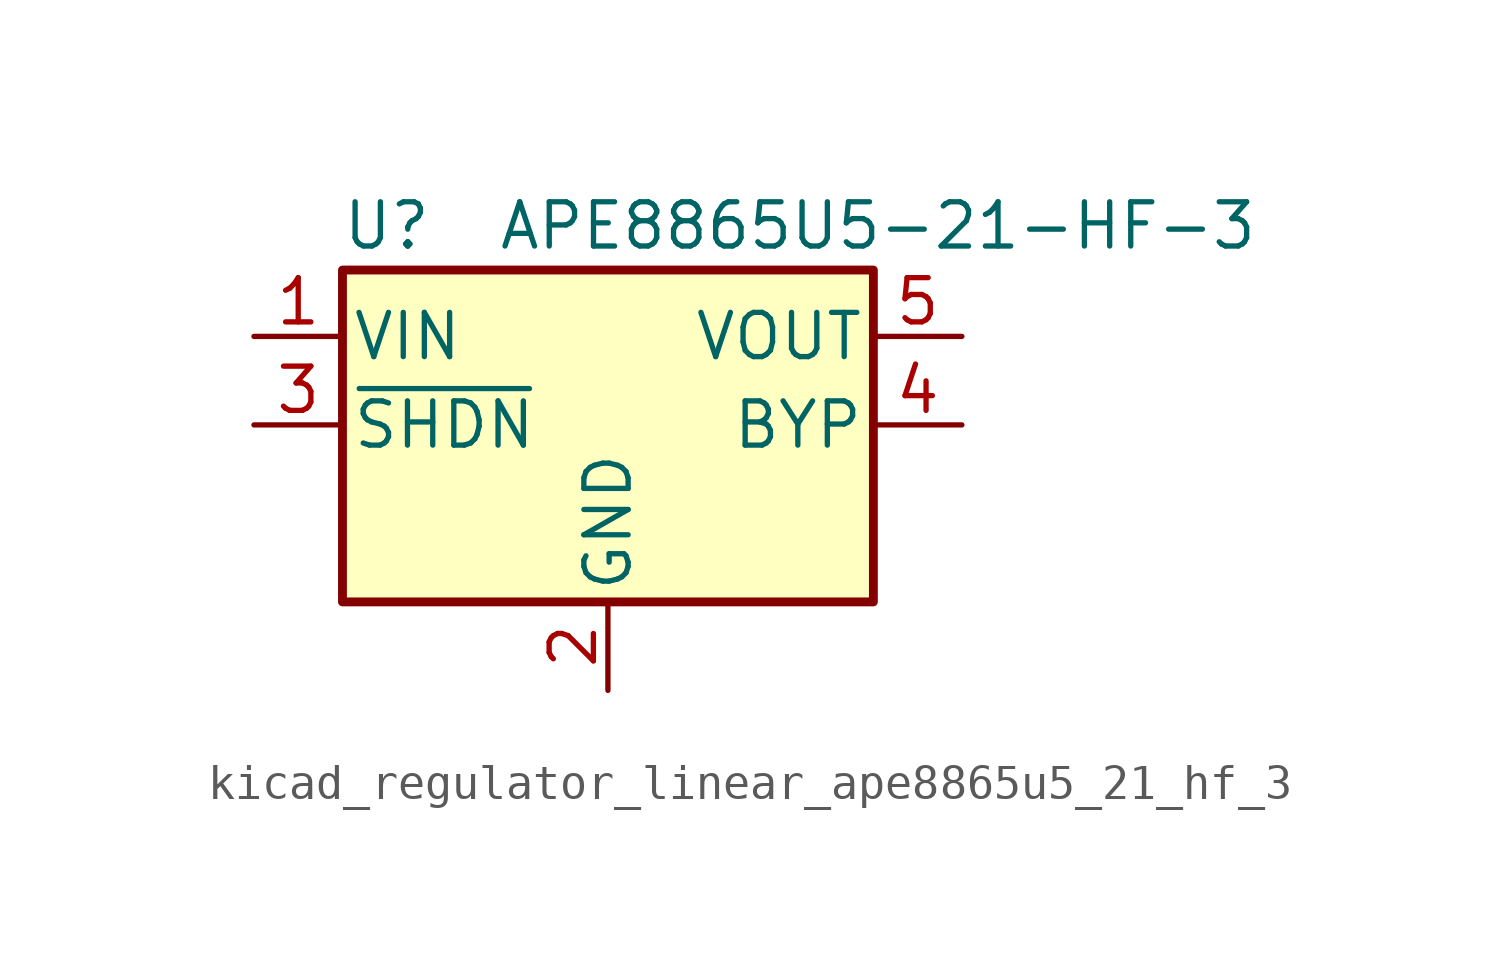
<source format=kicad_sym>
(kicad_symbol_lib
  (version 20220914)
  (generator kicad_symbol_editor)
  (symbol "kicad_regulator_linear_ape8865u5_21_hf_3"
    (pin_names
      (offset 0.254))
    (property "Reference" "U"
      (at -6.35 5.715 0)
      (effects (font (size 1.27 1.27))))
    (property "Value" "APE8865U5-21-HF-3"
      (at -3.175 5.715 0)
      (effects (font (size 1.27 1.27)) (justify left)))
    (symbol "kicad_regulator_linear_ape8865u5_21_hf_3_0_1"
      (rectangle (start -7.62 4.445) (end 7.62 -5.08) (stroke (width 0.254) (type default)) (fill (type background))))
    (symbol "kicad_regulator_linear_ape8865u5_21_hf_3_1_1"
      (pin power_in line (at -10.16 2.54 0) (length 2.54) (name "VIN" (effects (font (size 1.27 1.27)))) (number "1" (effects (font (size 1.27 1.27)))))
      (pin power_in line (at 0 -7.62 90) (length 2.54) (name "GND" (effects (font (size 1.27 1.27)))) (number "2" (effects (font (size 1.27 1.27)))))
      (pin input line (at -10.16 0 0) (length 2.54) (name "~{SHDN}" (effects (font (size 1.27 1.27)))) (number "3" (effects (font (size 1.27 1.27)))))
      (pin input line (at 10.16 0 180) (length 2.54) (name "BYP" (effects (font (size 1.27 1.27)))) (number "4" (effects (font (size 1.27 1.27)))))
      (pin power_out line (at 10.16 2.54 180) (length 2.54) (name "VOUT" (effects (font (size 1.27 1.27)))) (number "5" (effects (font (size 1.27 1.27))))))))
</source>
